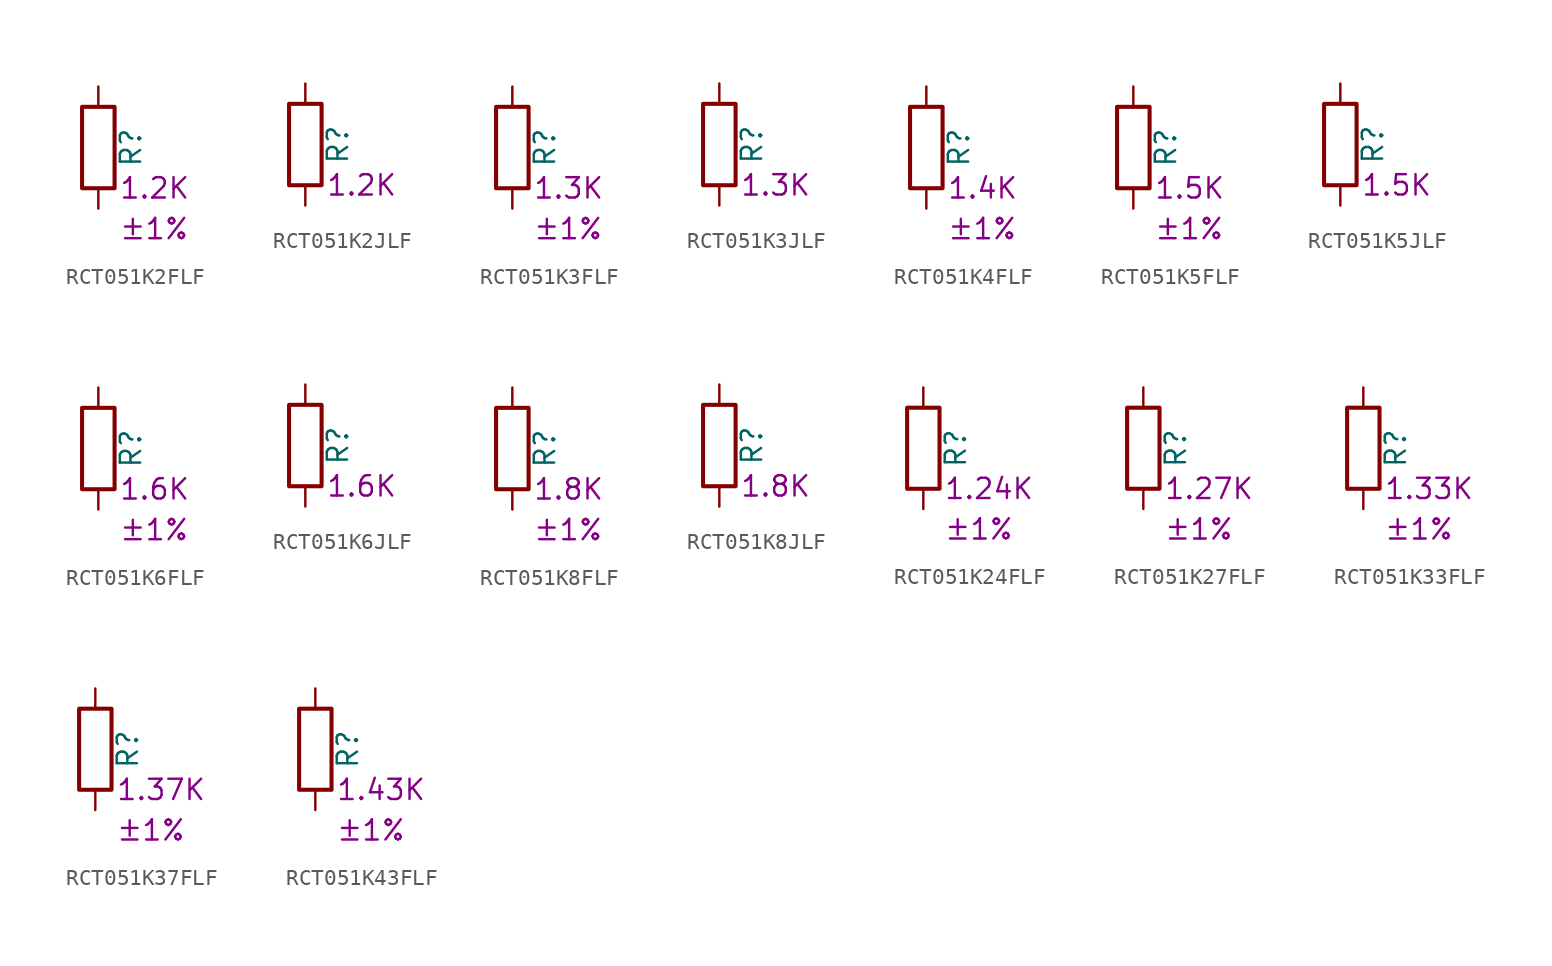
<source format=kicad_sym>
(kicad_symbol_lib
  (version 20220914)
  (generator kicad_symbol_editor)
  (symbol "RCT051K2FLF"
    (pin_numbers hide)
    (pin_names
      (offset 0))
    (property "Reference" "R"
      (at 2.032 0 90)
      (effects (font (size 1.27 1.27))))
    (property "Resistance" "1.2K"
      (at 1.27 -2.54 0)
      (effects (font (size 1.27 1.27)) (justify left)))
    (property "Tolerance" "±1%"
      (at 1.27 -5.08 0)
      (effects (font (size 1.27 1.27)) (justify left)))
    (symbol "RCT051K2FLF_0_1"
      (rectangle (start -1.016 -2.54) (end 1.016 2.54) (stroke (width 0.254) (type default)) (fill (type none))))
    (symbol "RCT051K2FLF_1_1"
      (pin passive line (at 0 3.81 270) (length 1.27) (name "~" (effects (font (size 1.27 1.27)))) (number "1" (effects (font (size 1.27 1.27)))))
      (pin passive line (at 0 -3.81 90) (length 1.27) (name "~" (effects (font (size 1.27 1.27)))) (number "2" (effects (font (size 1.27 1.27)))))))
  (symbol "RCT051K2JLF"
    (pin_numbers hide)
    (pin_names
      (offset 0))
    (property "Reference" "R"
      (at 2.032 0 90)
      (effects (font (size 1.27 1.27))))
    (property "Resistance" "1.2K"
      (at 1.27 -2.54 0)
      (effects (font (size 1.27 1.27)) (justify left)))
    (symbol "RCT051K2JLF_0_1"
      (rectangle (start -1.016 -2.54) (end 1.016 2.54) (stroke (width 0.254) (type default)) (fill (type none))))
    (symbol "RCT051K2JLF_1_1"
      (pin passive line (at 0 3.81 270) (length 1.27) (name "~" (effects (font (size 1.27 1.27)))) (number "1" (effects (font (size 1.27 1.27)))))
      (pin passive line (at 0 -3.81 90) (length 1.27) (name "~" (effects (font (size 1.27 1.27)))) (number "2" (effects (font (size 1.27 1.27)))))))
  (symbol "RCT051K3FLF"
    (pin_numbers hide)
    (pin_names
      (offset 0))
    (property "Reference" "R"
      (at 2.032 0 90)
      (effects (font (size 1.27 1.27))))
    (property "Resistance" "1.3K"
      (at 1.27 -2.54 0)
      (effects (font (size 1.27 1.27)) (justify left)))
    (property "Tolerance" "±1%"
      (at 1.27 -5.08 0)
      (effects (font (size 1.27 1.27)) (justify left)))
    (symbol "RCT051K3FLF_0_1"
      (rectangle (start -1.016 -2.54) (end 1.016 2.54) (stroke (width 0.254) (type default)) (fill (type none))))
    (symbol "RCT051K3FLF_1_1"
      (pin passive line (at 0 3.81 270) (length 1.27) (name "~" (effects (font (size 1.27 1.27)))) (number "1" (effects (font (size 1.27 1.27)))))
      (pin passive line (at 0 -3.81 90) (length 1.27) (name "~" (effects (font (size 1.27 1.27)))) (number "2" (effects (font (size 1.27 1.27)))))))
  (symbol "RCT051K3JLF"
    (pin_numbers hide)
    (pin_names
      (offset 0))
    (property "Reference" "R"
      (at 2.032 0 90)
      (effects (font (size 1.27 1.27))))
    (property "Resistance" "1.3K"
      (at 1.27 -2.54 0)
      (effects (font (size 1.27 1.27)) (justify left)))
    (symbol "RCT051K3JLF_0_1"
      (rectangle (start -1.016 -2.54) (end 1.016 2.54) (stroke (width 0.254) (type default)) (fill (type none))))
    (symbol "RCT051K3JLF_1_1"
      (pin passive line (at 0 3.81 270) (length 1.27) (name "~" (effects (font (size 1.27 1.27)))) (number "1" (effects (font (size 1.27 1.27)))))
      (pin passive line (at 0 -3.81 90) (length 1.27) (name "~" (effects (font (size 1.27 1.27)))) (number "2" (effects (font (size 1.27 1.27)))))))
  (symbol "RCT051K4FLF"
    (pin_numbers hide)
    (pin_names
      (offset 0))
    (property "Reference" "R"
      (at 2.032 0 90)
      (effects (font (size 1.27 1.27))))
    (property "Resistance" "1.4K"
      (at 1.27 -2.54 0)
      (effects (font (size 1.27 1.27)) (justify left)))
    (property "Tolerance" "±1%"
      (at 1.27 -5.08 0)
      (effects (font (size 1.27 1.27)) (justify left)))
    (symbol "RCT051K4FLF_0_1"
      (rectangle (start -1.016 -2.54) (end 1.016 2.54) (stroke (width 0.254) (type default)) (fill (type none))))
    (symbol "RCT051K4FLF_1_1"
      (pin passive line (at 0 3.81 270) (length 1.27) (name "~" (effects (font (size 1.27 1.27)))) (number "1" (effects (font (size 1.27 1.27)))))
      (pin passive line (at 0 -3.81 90) (length 1.27) (name "~" (effects (font (size 1.27 1.27)))) (number "2" (effects (font (size 1.27 1.27)))))))
  (symbol "RCT051K5FLF"
    (pin_numbers hide)
    (pin_names
      (offset 0))
    (property "Reference" "R"
      (at 2.032 0 90)
      (effects (font (size 1.27 1.27))))
    (property "Resistance" "1.5K"
      (at 1.27 -2.54 0)
      (effects (font (size 1.27 1.27)) (justify left)))
    (property "Tolerance" "±1%"
      (at 1.27 -5.08 0)
      (effects (font (size 1.27 1.27)) (justify left)))
    (symbol "RCT051K5FLF_0_1"
      (rectangle (start -1.016 -2.54) (end 1.016 2.54) (stroke (width 0.254) (type default)) (fill (type none))))
    (symbol "RCT051K5FLF_1_1"
      (pin passive line (at 0 3.81 270) (length 1.27) (name "~" (effects (font (size 1.27 1.27)))) (number "1" (effects (font (size 1.27 1.27)))))
      (pin passive line (at 0 -3.81 90) (length 1.27) (name "~" (effects (font (size 1.27 1.27)))) (number "2" (effects (font (size 1.27 1.27)))))))
  (symbol "RCT051K5JLF"
    (pin_numbers hide)
    (pin_names
      (offset 0))
    (property "Reference" "R"
      (at 2.032 0 90)
      (effects (font (size 1.27 1.27))))
    (property "Resistance" "1.5K"
      (at 1.27 -2.54 0)
      (effects (font (size 1.27 1.27)) (justify left)))
    (symbol "RCT051K5JLF_0_1"
      (rectangle (start -1.016 -2.54) (end 1.016 2.54) (stroke (width 0.254) (type default)) (fill (type none))))
    (symbol "RCT051K5JLF_1_1"
      (pin passive line (at 0 3.81 270) (length 1.27) (name "~" (effects (font (size 1.27 1.27)))) (number "1" (effects (font (size 1.27 1.27)))))
      (pin passive line (at 0 -3.81 90) (length 1.27) (name "~" (effects (font (size 1.27 1.27)))) (number "2" (effects (font (size 1.27 1.27)))))))
  (symbol "RCT051K6FLF"
    (pin_numbers hide)
    (pin_names
      (offset 0))
    (property "Reference" "R"
      (at 2.032 0 90)
      (effects (font (size 1.27 1.27))))
    (property "Resistance" "1.6K"
      (at 1.27 -2.54 0)
      (effects (font (size 1.27 1.27)) (justify left)))
    (property "Tolerance" "±1%"
      (at 1.27 -5.08 0)
      (effects (font (size 1.27 1.27)) (justify left)))
    (symbol "RCT051K6FLF_0_1"
      (rectangle (start -1.016 -2.54) (end 1.016 2.54) (stroke (width 0.254) (type default)) (fill (type none))))
    (symbol "RCT051K6FLF_1_1"
      (pin passive line (at 0 3.81 270) (length 1.27) (name "~" (effects (font (size 1.27 1.27)))) (number "1" (effects (font (size 1.27 1.27)))))
      (pin passive line (at 0 -3.81 90) (length 1.27) (name "~" (effects (font (size 1.27 1.27)))) (number "2" (effects (font (size 1.27 1.27)))))))
  (symbol "RCT051K6JLF"
    (pin_numbers hide)
    (pin_names
      (offset 0))
    (property "Reference" "R"
      (at 2.032 0 90)
      (effects (font (size 1.27 1.27))))
    (property "Resistance" "1.6K"
      (at 1.27 -2.54 0)
      (effects (font (size 1.27 1.27)) (justify left)))
    (symbol "RCT051K6JLF_0_1"
      (rectangle (start -1.016 -2.54) (end 1.016 2.54) (stroke (width 0.254) (type default)) (fill (type none))))
    (symbol "RCT051K6JLF_1_1"
      (pin passive line (at 0 3.81 270) (length 1.27) (name "~" (effects (font (size 1.27 1.27)))) (number "1" (effects (font (size 1.27 1.27)))))
      (pin passive line (at 0 -3.81 90) (length 1.27) (name "~" (effects (font (size 1.27 1.27)))) (number "2" (effects (font (size 1.27 1.27)))))))
  (symbol "RCT051K8FLF"
    (pin_numbers hide)
    (pin_names
      (offset 0))
    (property "Reference" "R"
      (at 2.032 0 90)
      (effects (font (size 1.27 1.27))))
    (property "Resistance" "1.8K"
      (at 1.27 -2.54 0)
      (effects (font (size 1.27 1.27)) (justify left)))
    (property "Tolerance" "±1%"
      (at 1.27 -5.08 0)
      (effects (font (size 1.27 1.27)) (justify left)))
    (symbol "RCT051K8FLF_0_1"
      (rectangle (start -1.016 -2.54) (end 1.016 2.54) (stroke (width 0.254) (type default)) (fill (type none))))
    (symbol "RCT051K8FLF_1_1"
      (pin passive line (at 0 3.81 270) (length 1.27) (name "~" (effects (font (size 1.27 1.27)))) (number "1" (effects (font (size 1.27 1.27)))))
      (pin passive line (at 0 -3.81 90) (length 1.27) (name "~" (effects (font (size 1.27 1.27)))) (number "2" (effects (font (size 1.27 1.27)))))))
  (symbol "RCT051K8JLF"
    (pin_numbers hide)
    (pin_names
      (offset 0))
    (property "Reference" "R"
      (at 2.032 0 90)
      (effects (font (size 1.27 1.27))))
    (property "Resistance" "1.8K"
      (at 1.27 -2.54 0)
      (effects (font (size 1.27 1.27)) (justify left)))
    (symbol "RCT051K8JLF_0_1"
      (rectangle (start -1.016 -2.54) (end 1.016 2.54) (stroke (width 0.254) (type default)) (fill (type none))))
    (symbol "RCT051K8JLF_1_1"
      (pin passive line (at 0 3.81 270) (length 1.27) (name "~" (effects (font (size 1.27 1.27)))) (number "1" (effects (font (size 1.27 1.27)))))
      (pin passive line (at 0 -3.81 90) (length 1.27) (name "~" (effects (font (size 1.27 1.27)))) (number "2" (effects (font (size 1.27 1.27)))))))
  (symbol "RCT051K24FLF"
    (pin_numbers hide)
    (pin_names
      (offset 0))
    (property "Reference" "R"
      (at 2.032 0 90)
      (effects (font (size 1.27 1.27))))
    (property "Resistance" "1.24K"
      (at 1.27 -2.54 0)
      (effects (font (size 1.27 1.27)) (justify left)))
    (property "Tolerance" "±1%"
      (at 1.27 -5.08 0)
      (effects (font (size 1.27 1.27)) (justify left)))
    (symbol "RCT051K24FLF_0_1"
      (rectangle (start -1.016 -2.54) (end 1.016 2.54) (stroke (width 0.254) (type default)) (fill (type none))))
    (symbol "RCT051K24FLF_1_1"
      (pin passive line (at 0 3.81 270) (length 1.27) (name "~" (effects (font (size 1.27 1.27)))) (number "1" (effects (font (size 1.27 1.27)))))
      (pin passive line (at 0 -3.81 90) (length 1.27) (name "~" (effects (font (size 1.27 1.27)))) (number "2" (effects (font (size 1.27 1.27)))))))
  (symbol "RCT051K27FLF"
    (pin_numbers hide)
    (pin_names
      (offset 0))
    (property "Reference" "R"
      (at 2.032 0 90)
      (effects (font (size 1.27 1.27))))
    (property "Resistance" "1.27K"
      (at 1.27 -2.54 0)
      (effects (font (size 1.27 1.27)) (justify left)))
    (property "Tolerance" "±1%"
      (at 1.27 -5.08 0)
      (effects (font (size 1.27 1.27)) (justify left)))
    (symbol "RCT051K27FLF_0_1"
      (rectangle (start -1.016 -2.54) (end 1.016 2.54) (stroke (width 0.254) (type default)) (fill (type none))))
    (symbol "RCT051K27FLF_1_1"
      (pin passive line (at 0 3.81 270) (length 1.27) (name "~" (effects (font (size 1.27 1.27)))) (number "1" (effects (font (size 1.27 1.27)))))
      (pin passive line (at 0 -3.81 90) (length 1.27) (name "~" (effects (font (size 1.27 1.27)))) (number "2" (effects (font (size 1.27 1.27)))))))
  (symbol "RCT051K33FLF"
    (pin_numbers hide)
    (pin_names
      (offset 0))
    (property "Reference" "R"
      (at 2.032 0 90)
      (effects (font (size 1.27 1.27))))
    (property "Resistance" "1.33K"
      (at 1.27 -2.54 0)
      (effects (font (size 1.27 1.27)) (justify left)))
    (property "Tolerance" "±1%"
      (at 1.27 -5.08 0)
      (effects (font (size 1.27 1.27)) (justify left)))
    (symbol "RCT051K33FLF_0_1"
      (rectangle (start -1.016 -2.54) (end 1.016 2.54) (stroke (width 0.254) (type default)) (fill (type none))))
    (symbol "RCT051K33FLF_1_1"
      (pin passive line (at 0 3.81 270) (length 1.27) (name "~" (effects (font (size 1.27 1.27)))) (number "1" (effects (font (size 1.27 1.27)))))
      (pin passive line (at 0 -3.81 90) (length 1.27) (name "~" (effects (font (size 1.27 1.27)))) (number "2" (effects (font (size 1.27 1.27)))))))
  (symbol "RCT051K37FLF"
    (pin_numbers hide)
    (pin_names
      (offset 0))
    (property "Reference" "R"
      (at 2.032 0 90)
      (effects (font (size 1.27 1.27))))
    (property "Resistance" "1.37K"
      (at 1.27 -2.54 0)
      (effects (font (size 1.27 1.27)) (justify left)))
    (property "Tolerance" "±1%"
      (at 1.27 -5.08 0)
      (effects (font (size 1.27 1.27)) (justify left)))
    (symbol "RCT051K37FLF_0_1"
      (rectangle (start -1.016 -2.54) (end 1.016 2.54) (stroke (width 0.254) (type default)) (fill (type none))))
    (symbol "RCT051K37FLF_1_1"
      (pin passive line (at 0 3.81 270) (length 1.27) (name "~" (effects (font (size 1.27 1.27)))) (number "1" (effects (font (size 1.27 1.27)))))
      (pin passive line (at 0 -3.81 90) (length 1.27) (name "~" (effects (font (size 1.27 1.27)))) (number "2" (effects (font (size 1.27 1.27)))))))
  (symbol "RCT051K43FLF"
    (pin_numbers hide)
    (pin_names
      (offset 0))
    (property "Reference" "R"
      (at 2.032 0 90)
      (effects (font (size 1.27 1.27))))
    (property "Resistance" "1.43K"
      (at 1.27 -2.54 0)
      (effects (font (size 1.27 1.27)) (justify left)))
    (property "Tolerance" "±1%"
      (at 1.27 -5.08 0)
      (effects (font (size 1.27 1.27)) (justify left)))
    (symbol "RCT051K43FLF_0_1"
      (rectangle (start -1.016 -2.54) (end 1.016 2.54) (stroke (width 0.254) (type default)) (fill (type none))))
    (symbol "RCT051K43FLF_1_1"
      (pin passive line (at 0 3.81 270) (length 1.27) (name "~" (effects (font (size 1.27 1.27)))) (number "1" (effects (font (size 1.27 1.27)))))
      (pin passive line (at 0 -3.81 90) (length 1.27) (name "~" (effects (font (size 1.27 1.27)))) (number "2" (effects (font (size 1.27 1.27))))))))
</source>
